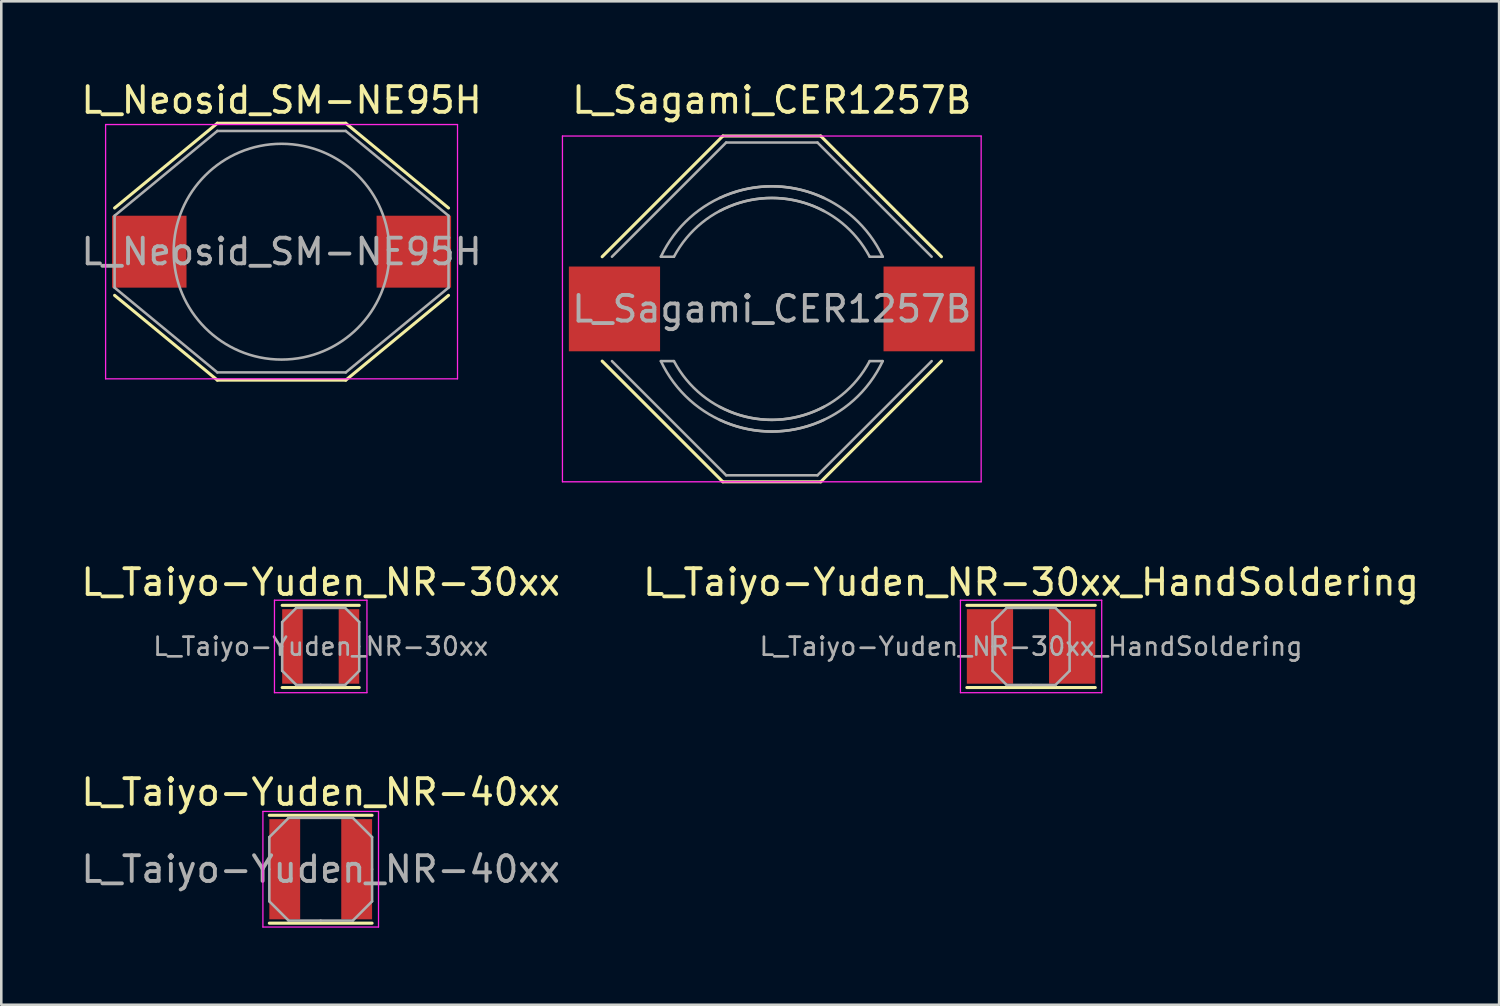
<source format=kicad_pcb>
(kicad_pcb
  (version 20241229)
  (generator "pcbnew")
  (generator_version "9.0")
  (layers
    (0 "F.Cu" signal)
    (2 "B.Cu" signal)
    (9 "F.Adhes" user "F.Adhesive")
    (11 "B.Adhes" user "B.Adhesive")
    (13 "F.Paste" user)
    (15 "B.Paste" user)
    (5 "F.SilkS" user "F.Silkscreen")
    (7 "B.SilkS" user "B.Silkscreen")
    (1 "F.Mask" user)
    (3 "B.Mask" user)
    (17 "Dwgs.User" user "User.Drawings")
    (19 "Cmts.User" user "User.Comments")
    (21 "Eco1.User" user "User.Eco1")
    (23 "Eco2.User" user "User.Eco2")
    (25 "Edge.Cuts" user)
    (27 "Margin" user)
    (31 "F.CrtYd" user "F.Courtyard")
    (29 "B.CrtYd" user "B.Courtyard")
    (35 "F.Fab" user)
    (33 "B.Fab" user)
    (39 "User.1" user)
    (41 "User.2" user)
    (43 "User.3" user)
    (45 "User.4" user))
  (footprint "L_Sagami_CER1257B"
    (layer "F.Cu")
    (at 26.996 8.976)
    (property "Reference" "L_Sagami_CER1257B" (at 0 -8.128 0) (layer "F.SilkS") (effects (font (size 1 1) (thickness 0.15))))
    (attr smd)
    (fp_line (start -6.604 -2.032) (end -1.905 -6.731) (stroke (width 0.12) (type solid)) (layer "F.SilkS"))
    (fp_line (start -6.604 2.032) (end -1.905 6.731) (stroke (width 0.12) (type solid)) (layer "F.SilkS"))
    (fp_line (start -1.905 -6.731) (end 1.905 -6.731) (stroke (width 0.12) (type solid)) (layer "F.SilkS"))
    (fp_line (start -1.905 6.731) (end 1.905 6.731) (stroke (width 0.12) (type solid)) (layer "F.SilkS"))
    (fp_line (start 1.905 -6.731) (end 6.604 -2.032) (stroke (width 0.12) (type solid)) (layer "F.SilkS"))
    (fp_line (start 1.905 6.731) (end 6.604 2.032) (stroke (width 0.12) (type solid)) (layer "F.SilkS"))
    (fp_line (start -8.15 -6.73) (end -8.15 6.73) (stroke (width 0.05) (type solid)) (layer "F.CrtYd"))
    (fp_line (start -8.15 -6.73) (end 8.15 -6.73) (stroke (width 0.05) (type solid)) (layer "F.CrtYd"))
    (fp_line (start -8.15 6.73) (end 8.15 6.73) (stroke (width 0.05) (type solid)) (layer "F.CrtYd"))
    (fp_line (start 8.15 -6.73) (end 8.15 6.73) (stroke (width 0.05) (type solid)) (layer "F.CrtYd"))
    (fp_line (start -6.223 -2.032) (end -1.778 -6.477) (stroke (width 0.1) (type solid)) (layer "F.Fab"))
    (fp_line (start -6.223 2.032) (end -1.778 6.477) (stroke (width 0.1) (type solid)) (layer "F.Fab"))
    (fp_line (start -3.81 -2.032) (end -4.318 -2.032) (stroke (width 0.1) (type solid)) (layer "F.Fab"))
    (fp_line (start -3.81 2.032) (end -4.318 2.032) (stroke (width 0.1) (type solid)) (layer "F.Fab"))
    (fp_line (start -1.778 6.477) (end 1.778 6.477) (stroke (width 0.1) (type solid)) (layer "F.Fab"))
    (fp_line (start 1.778 -6.477) (end -1.778 -6.477) (stroke (width 0.1) (type solid)) (layer "F.Fab"))
    (fp_line (start 1.778 6.477) (end 6.223 2.032) (stroke (width 0.1) (type solid)) (layer "F.Fab"))
    (fp_line (start 3.81 -2.032) (end 4.318 -2.032) (stroke (width 0.1) (type solid)) (layer "F.Fab"))
    (fp_line (start 3.81 2.032) (end 4.318 2.032) (stroke (width 0.1) (type solid)) (layer "F.Fab"))
    (fp_line (start 6.223 -2.032) (end 1.778 -6.477) (stroke (width 0.1) (type solid)) (layer "F.Fab"))
    (fp_arc (start -4.318 -2.032) (mid -1.616446 -4.490128) (end 2.032 -4.318) (stroke (width 0.1) (type solid)) (layer "F.Fab"))
    (fp_arc (start -3.81 -2.032) (mid -1.257236 -4.130918) (end 2.032 -3.81) (stroke (width 0.1) (type solid)) (layer "F.Fab"))
    (fp_arc (start -2.032 -4.318) (mid 1.616446 -4.490128) (end 4.318 -2.032) (stroke (width 0.1) (type solid)) (layer "F.Fab"))
    (fp_arc (start -2.032 -3.81) (mid 1.257236 -4.130918) (end 3.81 -2.032) (stroke (width 0.1) (type solid)) (layer "F.Fab"))
    (fp_arc (start 2.032 3.81) (mid -1.257236 4.130918) (end -3.81 2.032) (stroke (width 0.1) (type solid)) (layer "F.Fab"))
    (fp_arc (start 2.032 4.318) (mid -1.616446 4.490128) (end -4.318 2.032) (stroke (width 0.1) (type solid)) (layer "F.Fab"))
    (fp_arc (start 3.81 2.032) (mid 1.257236 4.130918) (end -2.032 3.81) (stroke (width 0.1) (type solid)) (layer "F.Fab"))
    (fp_arc (start 4.318 2.032) (mid 1.616446 4.490128) (end -2.032 4.318) (stroke (width 0.1) (type solid)) (layer "F.Fab"))
    (fp_text user "${REFERENCE}" (at 0 0 0) (layer "F.Fab") (effects (font (size 1 1) (thickness 0.15))))
    (pad "1" smd rect (at -6.125 0) (size 3.55 3.3) (layers "F.Cu" "F.Mask" "F.Paste"))
    (pad "2" smd rect (at 6.125 0) (size 3.55 3.3) (layers "F.Cu" "F.Mask" "F.Paste")))
  (footprint "L_Taiyo-Yuden_NR-40xx"
    (layer "F.Cu")
    (at 9.435 30.789)
    (property "Reference" "L_Taiyo-Yuden_NR-40xx" (at 0 -3 0) (layer "F.SilkS") (effects (font (size 1 1) (thickness 0.15))))
    (attr smd)
    (fp_line (start -2 -2.1) (end 2 -2.1) (stroke (width 0.12) (type solid)) (layer "F.SilkS"))
    (fp_line (start -2 2.1) (end 2 2.1) (stroke (width 0.12) (type solid)) (layer "F.SilkS"))
    (fp_line (start -2.25 -2.25) (end -2.25 2.25) (stroke (width 0.05) (type solid)) (layer "F.CrtYd"))
    (fp_line (start -2.25 2.25) (end 2.25 2.25) (stroke (width 0.05) (type solid)) (layer "F.CrtYd"))
    (fp_line (start 2.25 -2.25) (end -2.25 -2.25) (stroke (width 0.05) (type solid)) (layer "F.CrtYd"))
    (fp_line (start 2.25 2.25) (end 2.25 -2.25) (stroke (width 0.05) (type solid)) (layer "F.CrtYd"))
    (fp_line (start -2 -1.25) (end -1.25 -2) (stroke (width 0.1) (type solid)) (layer "F.Fab"))
    (fp_line (start -2 0) (end -2 -1.25) (stroke (width 0.1) (type solid)) (layer "F.Fab"))
    (fp_line (start -2 0) (end -2 1.25) (stroke (width 0.1) (type solid)) (layer "F.Fab"))
    (fp_line (start -2 1.25) (end -1.25 2) (stroke (width 0.1) (type solid)) (layer "F.Fab"))
    (fp_line (start -1.25 -2) (end 0 -2) (stroke (width 0.1) (type solid)) (layer "F.Fab"))
    (fp_line (start -1.25 2) (end 0 2) (stroke (width 0.1) (type solid)) (layer "F.Fab"))
    (fp_line (start 1.25 -2) (end 0 -2) (stroke (width 0.1) (type solid)) (layer "F.Fab"))
    (fp_line (start 1.25 2) (end 0 2) (stroke (width 0.1) (type solid)) (layer "F.Fab"))
    (fp_line (start 2 -1.25) (end 1.25 -2) (stroke (width 0.1) (type solid)) (layer "F.Fab"))
    (fp_line (start 2 0) (end 2 -1.25) (stroke (width 0.1) (type solid)) (layer "F.Fab"))
    (fp_line (start 2 0) (end 2 1.25) (stroke (width 0.1) (type solid)) (layer "F.Fab"))
    (fp_line (start 2 1.25) (end 1.25 2) (stroke (width 0.1) (type solid)) (layer "F.Fab"))
    (fp_text user "${REFERENCE}" (at 0 0 0) (layer "F.Fab") (effects (font (size 1 1) (thickness 0.15))))
    (pad "1" smd rect (at -1.4 0) (size 1.2 3.9) (layers "F.Cu" "F.Mask" "F.Paste"))
    (pad "2" smd rect (at 1.4 0) (size 1.2 3.9) (layers "F.Cu" "F.Mask" "F.Paste")))
  (footprint "L_Neosid_SM-NE95H"
    (layer "F.Cu")
    (at 7.911 6.748)
    (property "Reference" "L_Neosid_SM-NE95H" (at 0 -5.9 0) (layer "F.SilkS") (effects (font (size 1 1) (thickness 0.15))))
    (attr smd)
    (fp_line (start -6.5 -1.7) (end -2.5 -5) (stroke (width 0.12) (type solid)) (layer "F.SilkS"))
    (fp_line (start -2.5 -5) (end 2.5 -5) (stroke (width 0.12) (type solid)) (layer "F.SilkS"))
    (fp_line (start -2.5 5) (end -6.5 1.7) (stroke (width 0.12) (type solid)) (layer "F.SilkS"))
    (fp_line (start 2.5 -5) (end 6.5 -1.7) (stroke (width 0.12) (type solid)) (layer "F.SilkS"))
    (fp_line (start 2.5 5) (end -2.5 5) (stroke (width 0.12) (type solid)) (layer "F.SilkS"))
    (fp_line (start 6.5 1.7) (end 2.5 5) (stroke (width 0.12) (type solid)) (layer "F.SilkS"))
    (fp_line (start -6.85 -4.95) (end -6.85 4.95) (stroke (width 0.05) (type solid)) (layer "F.CrtYd"))
    (fp_line (start -6.85 -4.95) (end 6.85 -4.95) (stroke (width 0.05) (type solid)) (layer "F.CrtYd"))
    (fp_line (start 6.85 4.95) (end -6.85 4.95) (stroke (width 0.05) (type solid)) (layer "F.CrtYd"))
    (fp_line (start 6.85 4.95) (end 6.85 -4.95) (stroke (width 0.05) (type solid)) (layer "F.CrtYd"))
    (fp_line (start -6.5 -1.4) (end -2.5 -4.7) (stroke (width 0.1) (type solid)) (layer "F.Fab"))
    (fp_line (start -6.5 1.4) (end -6.5 -1.4) (stroke (width 0.1) (type solid)) (layer "F.Fab"))
    (fp_line (start -2.5 -4.7) (end 2.5 -4.7) (stroke (width 0.1) (type solid)) (layer "F.Fab"))
    (fp_line (start -2.5 4.7) (end -6.5 1.4) (stroke (width 0.1) (type solid)) (layer "F.Fab"))
    (fp_line (start 2.5 -4.7) (end 6.5 -1.4) (stroke (width 0.1) (type solid)) (layer "F.Fab"))
    (fp_line (start 2.5 4.7) (end -2.5 4.7) (stroke (width 0.1) (type solid)) (layer "F.Fab"))
    (fp_line (start 6.5 -1.4) (end 6.5 1.4) (stroke (width 0.1) (type solid)) (layer "F.Fab"))
    (fp_line (start 6.5 1.4) (end 2.5 4.7) (stroke (width 0.1) (type solid)) (layer "F.Fab"))
    (fp_circle (center 0 0) (end 0 -4.2) (stroke (width 0.1) (type solid)) (fill no) (layer "F.Fab"))
    (fp_text user "${REFERENCE}" (at 0 0 0) (layer "F.Fab") (effects (font (size 1 1) (thickness 0.15))))
    (pad "1" smd rect (at -5.15 0) (size 2.9 2.8) (layers "F.Cu" "F.Mask" "F.Paste"))
    (pad "2" smd rect (at 5.15 0) (size 2.9 2.8) (layers "F.Cu" "F.Mask" "F.Paste")))
  (footprint "L_Taiyo-Yuden_NR-30xx_HandSoldering"
    (layer "F.Cu")
    (at 37.089 22.116)
    (property "Reference" "L_Taiyo-Yuden_NR-30xx_HandSoldering" (at 0 -2.5 0) (layer "F.SilkS") (effects (font (size 1 1) (thickness 0.15))))
    (attr smd)
    (fp_line (start -2.5 -1.6) (end 2.5 -1.6) (stroke (width 0.12) (type solid)) (layer "F.SilkS"))
    (fp_line (start -2.5 1.6) (end 2.5 1.6) (stroke (width 0.12) (type solid)) (layer "F.SilkS"))
    (fp_line (start -2.75 -1.8) (end -2.75 1.8) (stroke (width 0.05) (type solid)) (layer "F.CrtYd"))
    (fp_line (start -2.75 1.8) (end 2.75 1.8) (stroke (width 0.05) (type solid)) (layer "F.CrtYd"))
    (fp_line (start 2.75 -1.8) (end -2.75 -1.8) (stroke (width 0.05) (type solid)) (layer "F.CrtYd"))
    (fp_line (start 2.75 1.8) (end 2.75 -1.8) (stroke (width 0.05) (type solid)) (layer "F.CrtYd"))
    (fp_line (start -1.5 -0.95) (end -0.95 -1.5) (stroke (width 0.1) (type solid)) (layer "F.Fab"))
    (fp_line (start -1.5 0) (end -1.5 -0.95) (stroke (width 0.1) (type solid)) (layer "F.Fab"))
    (fp_line (start -1.5 0) (end -1.5 0.95) (stroke (width 0.1) (type solid)) (layer "F.Fab"))
    (fp_line (start -1.5 0.95) (end -0.95 1.5) (stroke (width 0.1) (type solid)) (layer "F.Fab"))
    (fp_line (start -0.95 -1.5) (end 0 -1.5) (stroke (width 0.1) (type solid)) (layer "F.Fab"))
    (fp_line (start -0.95 1.5) (end 0 1.5) (stroke (width 0.1) (type solid)) (layer "F.Fab"))
    (fp_line (start 0.95 -1.5) (end 0 -1.5) (stroke (width 0.1) (type solid)) (layer "F.Fab"))
    (fp_line (start 0.95 1.5) (end 0 1.5) (stroke (width 0.1) (type solid)) (layer "F.Fab"))
    (fp_line (start 1.5 -0.95) (end 0.95 -1.5) (stroke (width 0.1) (type solid)) (layer "F.Fab"))
    (fp_line (start 1.5 0) (end 1.5 -0.95) (stroke (width 0.1) (type solid)) (layer "F.Fab"))
    (fp_line (start 1.5 0) (end 1.5 0.95) (stroke (width 0.1) (type solid)) (layer "F.Fab"))
    (fp_line (start 1.5 0.95) (end 0.95 1.5) (stroke (width 0.1) (type solid)) (layer "F.Fab"))
    (fp_text user "${REFERENCE}" (at 0 0 0) (layer "F.Fab") (effects (font (size 0.7 0.7) (thickness 0.105))))
    (pad "1" smd rect (at -1.6 0) (size 1.8 2.9) (layers "F.Cu" "F.Mask" "F.Paste"))
    (pad "2" smd rect (at 1.6 0) (size 1.8 2.9) (layers "F.Cu" "F.Mask" "F.Paste")))
  (footprint "L_Taiyo-Yuden_NR-30xx"
    (layer "F.Cu")
    (at 9.435 22.116)
    (property "Reference" "L_Taiyo-Yuden_NR-30xx" (at 0 -2.5 0) (layer "F.SilkS") (effects (font (size 1 1) (thickness 0.15))))
    (attr smd)
    (fp_line (start -1.5 -1.6) (end 1.5 -1.6) (stroke (width 0.12) (type solid)) (layer "F.SilkS"))
    (fp_line (start -1.5 1.6) (end 1.5 1.6) (stroke (width 0.12) (type solid)) (layer "F.SilkS"))
    (fp_line (start -1.8 -1.8) (end -1.8 1.8) (stroke (width 0.05) (type solid)) (layer "F.CrtYd"))
    (fp_line (start -1.8 1.8) (end 1.8 1.8) (stroke (width 0.05) (type solid)) (layer "F.CrtYd"))
    (fp_line (start 1.8 -1.8) (end -1.8 -1.8) (stroke (width 0.05) (type solid)) (layer "F.CrtYd"))
    (fp_line (start 1.8 1.8) (end 1.8 -1.8) (stroke (width 0.05) (type solid)) (layer "F.CrtYd"))
    (fp_line (start -1.5 -0.95) (end -0.95 -1.5) (stroke (width 0.1) (type solid)) (layer "F.Fab"))
    (fp_line (start -1.5 0) (end -1.5 -0.95) (stroke (width 0.1) (type solid)) (layer "F.Fab"))
    (fp_line (start -1.5 0) (end -1.5 0.95) (stroke (width 0.1) (type solid)) (layer "F.Fab"))
    (fp_line (start -1.5 0.95) (end -0.95 1.5) (stroke (width 0.1) (type solid)) (layer "F.Fab"))
    (fp_line (start -0.95 -1.5) (end 0 -1.5) (stroke (width 0.1) (type solid)) (layer "F.Fab"))
    (fp_line (start -0.95 1.5) (end 0 1.5) (stroke (width 0.1) (type solid)) (layer "F.Fab"))
    (fp_line (start 0.95 -1.5) (end 0 -1.5) (stroke (width 0.1) (type solid)) (layer "F.Fab"))
    (fp_line (start 0.95 1.5) (end 0 1.5) (stroke (width 0.1) (type solid)) (layer "F.Fab"))
    (fp_line (start 1.5 -0.95) (end 0.95 -1.5) (stroke (width 0.1) (type solid)) (layer "F.Fab"))
    (fp_line (start 1.5 0) (end 1.5 -0.95) (stroke (width 0.1) (type solid)) (layer "F.Fab"))
    (fp_line (start 1.5 0) (end 1.5 0.95) (stroke (width 0.1) (type solid)) (layer "F.Fab"))
    (fp_line (start 1.5 0.95) (end 0.95 1.5) (stroke (width 0.1) (type solid)) (layer "F.Fab"))
    (fp_text user "${REFERENCE}" (at 0 0 0) (layer "F.Fab") (effects (font (size 0.7 0.7) (thickness 0.105))))
    (pad "1" smd rect (at -1.1 0) (size 0.8 2.9) (layers "F.Cu" "F.Mask" "F.Paste"))
    (pad "2" smd rect (at 1.1 0) (size 0.8 2.9) (layers "F.Cu" "F.Mask" "F.Paste")))
  (gr_rect
    (start -3 -3)
    (end 55.31 36.064)
    (stroke (width 0.1) (type default))
    (fill no)
    (layer "Edge.Cuts")))
</source>
